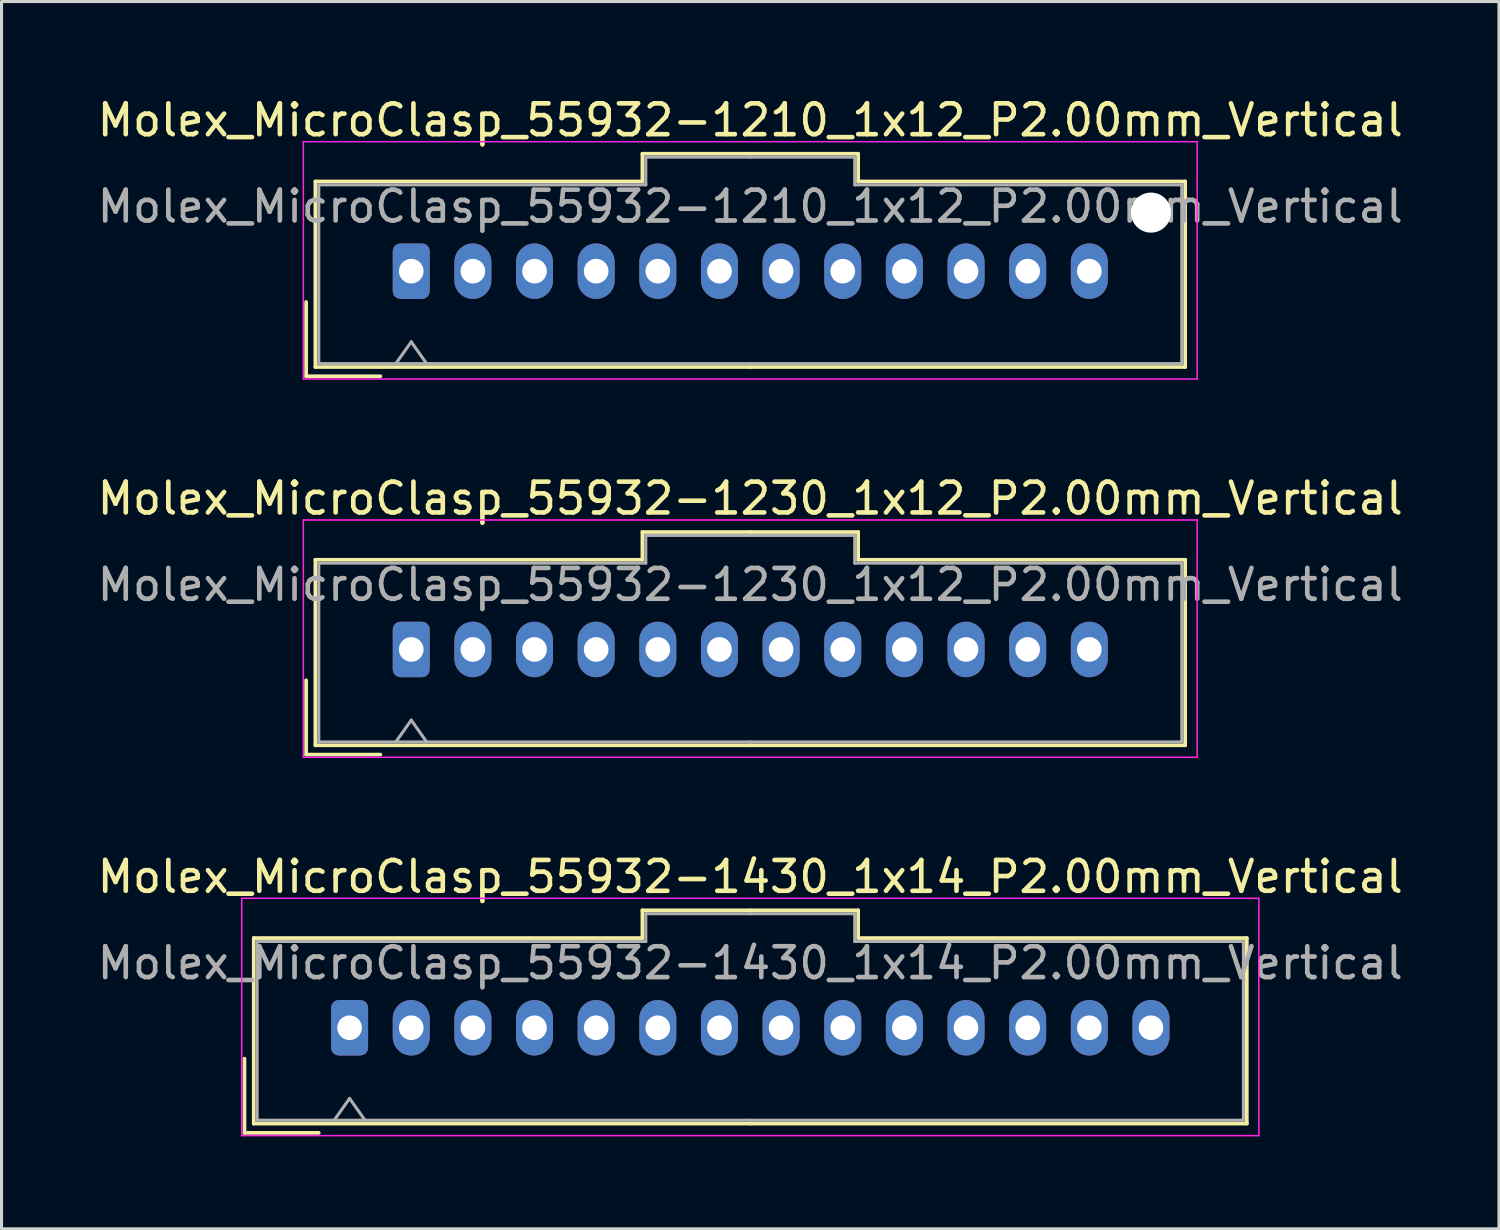
<source format=kicad_pcb>
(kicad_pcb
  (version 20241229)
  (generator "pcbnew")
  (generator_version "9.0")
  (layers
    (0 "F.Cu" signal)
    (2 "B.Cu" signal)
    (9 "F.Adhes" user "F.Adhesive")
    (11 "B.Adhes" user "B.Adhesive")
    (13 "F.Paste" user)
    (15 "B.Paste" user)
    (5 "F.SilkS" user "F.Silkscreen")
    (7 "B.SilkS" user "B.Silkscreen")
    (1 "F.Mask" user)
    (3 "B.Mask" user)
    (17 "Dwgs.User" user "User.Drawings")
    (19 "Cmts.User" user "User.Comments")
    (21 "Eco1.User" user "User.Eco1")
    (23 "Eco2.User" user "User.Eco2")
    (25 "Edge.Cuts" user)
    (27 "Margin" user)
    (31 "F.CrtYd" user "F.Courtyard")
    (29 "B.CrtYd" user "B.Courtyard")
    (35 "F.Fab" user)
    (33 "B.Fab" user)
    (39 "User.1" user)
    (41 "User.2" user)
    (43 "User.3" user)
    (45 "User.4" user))
  (footprint "Molex_MicroClasp_55932-1210_1x12_P2.00mm_Vertical"
    (layer "F.Cu")
    (at 10.292 5.748)
    (property "Reference" "Molex_MicroClasp_55932-1210_1x12_P2.00mm_Vertical" (at 11 -4.9 0) (layer "F.SilkS") (effects (font (size 1 1) (thickness 0.15))))
    (attr through_hole)
    (fp_line (start -3.41 1) (end -3.41 3.41) (stroke (width 0.12) (type solid)) (layer "F.SilkS"))
    (fp_line (start -3.41 3.41) (end -1 3.41) (stroke (width 0.12) (type solid)) (layer "F.SilkS"))
    (fp_line (start -3.11 -2.91) (end -3.11 3.11) (stroke (width 0.12) (type solid)) (layer "F.SilkS"))
    (fp_line (start -3.11 3.11) (end 11 3.11) (stroke (width 0.12) (type solid)) (layer "F.SilkS"))
    (fp_line (start 7.5 -3.81) (end 7.5 -2.91) (stroke (width 0.12) (type solid)) (layer "F.SilkS"))
    (fp_line (start 7.5 -2.91) (end -3.11 -2.91) (stroke (width 0.12) (type solid)) (layer "F.SilkS"))
    (fp_line (start 11 -3.81) (end 7.5 -3.81) (stroke (width 0.12) (type solid)) (layer "F.SilkS"))
    (fp_line (start 11 -3.81) (end 14.5 -3.81) (stroke (width 0.12) (type solid)) (layer "F.SilkS"))
    (fp_line (start 14.5 -3.81) (end 14.5 -2.91) (stroke (width 0.12) (type solid)) (layer "F.SilkS"))
    (fp_line (start 14.5 -2.91) (end 25.11 -2.91) (stroke (width 0.12) (type solid)) (layer "F.SilkS"))
    (fp_line (start 25.11 -2.91) (end 25.11 3.11) (stroke (width 0.12) (type solid)) (layer "F.SilkS"))
    (fp_line (start 25.11 3.11) (end 11 3.11) (stroke (width 0.12) (type solid)) (layer "F.SilkS"))
    (fp_line (start -3.5 -4.2) (end -3.5 3.5) (stroke (width 0.05) (type solid)) (layer "F.CrtYd"))
    (fp_line (start -3.5 3.5) (end 25.5 3.5) (stroke (width 0.05) (type solid)) (layer "F.CrtYd"))
    (fp_line (start 25.5 -4.2) (end -3.5 -4.2) (stroke (width 0.05) (type solid)) (layer "F.CrtYd"))
    (fp_line (start 25.5 3.5) (end 25.5 -4.2) (stroke (width 0.05) (type solid)) (layer "F.CrtYd"))
    (fp_line (start -3 -2.8) (end -3 3) (stroke (width 0.1) (type solid)) (layer "F.Fab"))
    (fp_line (start -3 3) (end 11 3) (stroke (width 0.1) (type solid)) (layer "F.Fab"))
    (fp_line (start -0.5 3) (end 0 2.293) (stroke (width 0.1) (type solid)) (layer "F.Fab"))
    (fp_line (start 0 2.293) (end 0.5 3) (stroke (width 0.1) (type solid)) (layer "F.Fab"))
    (fp_line (start 7.61 -3.7) (end 7.61 -2.8) (stroke (width 0.1) (type solid)) (layer "F.Fab"))
    (fp_line (start 7.61 -2.8) (end -3 -2.8) (stroke (width 0.1) (type solid)) (layer "F.Fab"))
    (fp_line (start 11 -3.7) (end 7.61 -3.7) (stroke (width 0.1) (type solid)) (layer "F.Fab"))
    (fp_line (start 11 -3.7) (end 14.39 -3.7) (stroke (width 0.1) (type solid)) (layer "F.Fab"))
    (fp_line (start 14.39 -3.7) (end 14.39 -2.8) (stroke (width 0.1) (type solid)) (layer "F.Fab"))
    (fp_line (start 14.39 -2.8) (end 25 -2.8) (stroke (width 0.1) (type solid)) (layer "F.Fab"))
    (fp_line (start 25 -2.8) (end 25 3) (stroke (width 0.1) (type solid)) (layer "F.Fab"))
    (fp_line (start 25 3) (end 11 3) (stroke (width 0.1) (type solid)) (layer "F.Fab"))
    (fp_text user "${REFERENCE}" (at 11 -2.1 0) (layer "F.Fab") (effects (font (size 1 1) (thickness 0.15))))
    (pad "" np_thru_hole circle (at 24 -1.9) (size 1.3 1.3) (drill 1.3) (layers "*.Cu" "*.Mask"))
    (pad "1" thru_hole roundrect (at 0 0) (size 1.2 1.8) (drill 0.8) (layers "*.Cu" "*.Mask") (roundrect_rratio 0.208))
    (pad "2" thru_hole oval (at 2 0) (size 1.2 1.8) (drill 0.8) (layers "*.Cu" "*.Mask"))
    (pad "3" thru_hole oval (at 4 0) (size 1.2 1.8) (drill 0.8) (layers "*.Cu" "*.Mask"))
    (pad "4" thru_hole oval (at 6 0) (size 1.2 1.8) (drill 0.8) (layers "*.Cu" "*.Mask"))
    (pad "5" thru_hole oval (at 8 0) (size 1.2 1.8) (drill 0.8) (layers "*.Cu" "*.Mask"))
    (pad "6" thru_hole oval (at 10 0) (size 1.2 1.8) (drill 0.8) (layers "*.Cu" "*.Mask"))
    (pad "7" thru_hole oval (at 12 0) (size 1.2 1.8) (drill 0.8) (layers "*.Cu" "*.Mask"))
    (pad "8" thru_hole oval (at 14 0) (size 1.2 1.8) (drill 0.8) (layers "*.Cu" "*.Mask"))
    (pad "9" thru_hole oval (at 16 0) (size 1.2 1.8) (drill 0.8) (layers "*.Cu" "*.Mask"))
    (pad "10" thru_hole oval (at 18 0) (size 1.2 1.8) (drill 0.8) (layers "*.Cu" "*.Mask"))
    (pad "11" thru_hole oval (at 20 0) (size 1.2 1.8) (drill 0.8) (layers "*.Cu" "*.Mask"))
    (pad "12" thru_hole oval (at 22 0) (size 1.2 1.8) (drill 0.8) (layers "*.Cu" "*.Mask")))
  (footprint "Molex_MicroClasp_55932-1230_1x12_P2.00mm_Vertical"
    (layer "F.Cu")
    (at 10.292 18.021)
    (property "Reference" "Molex_MicroClasp_55932-1230_1x12_P2.00mm_Vertical" (at 11 -4.9 0) (layer "F.SilkS") (effects (font (size 1 1) (thickness 0.15))))
    (attr through_hole)
    (fp_line (start -3.41 1) (end -3.41 3.41) (stroke (width 0.12) (type solid)) (layer "F.SilkS"))
    (fp_line (start -3.41 3.41) (end -1 3.41) (stroke (width 0.12) (type solid)) (layer "F.SilkS"))
    (fp_line (start -3.11 -2.91) (end -3.11 3.11) (stroke (width 0.12) (type solid)) (layer "F.SilkS"))
    (fp_line (start -3.11 3.11) (end 11 3.11) (stroke (width 0.12) (type solid)) (layer "F.SilkS"))
    (fp_line (start 7.5 -3.81) (end 7.5 -2.91) (stroke (width 0.12) (type solid)) (layer "F.SilkS"))
    (fp_line (start 7.5 -2.91) (end -3.11 -2.91) (stroke (width 0.12) (type solid)) (layer "F.SilkS"))
    (fp_line (start 11 -3.81) (end 7.5 -3.81) (stroke (width 0.12) (type solid)) (layer "F.SilkS"))
    (fp_line (start 11 -3.81) (end 14.5 -3.81) (stroke (width 0.12) (type solid)) (layer "F.SilkS"))
    (fp_line (start 14.5 -3.81) (end 14.5 -2.91) (stroke (width 0.12) (type solid)) (layer "F.SilkS"))
    (fp_line (start 14.5 -2.91) (end 25.11 -2.91) (stroke (width 0.12) (type solid)) (layer "F.SilkS"))
    (fp_line (start 25.11 -2.91) (end 25.11 3.11) (stroke (width 0.12) (type solid)) (layer "F.SilkS"))
    (fp_line (start 25.11 3.11) (end 11 3.11) (stroke (width 0.12) (type solid)) (layer "F.SilkS"))
    (fp_line (start -3.5 -4.2) (end -3.5 3.5) (stroke (width 0.05) (type solid)) (layer "F.CrtYd"))
    (fp_line (start -3.5 3.5) (end 25.5 3.5) (stroke (width 0.05) (type solid)) (layer "F.CrtYd"))
    (fp_line (start 25.5 -4.2) (end -3.5 -4.2) (stroke (width 0.05) (type solid)) (layer "F.CrtYd"))
    (fp_line (start 25.5 3.5) (end 25.5 -4.2) (stroke (width 0.05) (type solid)) (layer "F.CrtYd"))
    (fp_line (start -3 -2.8) (end -3 3) (stroke (width 0.1) (type solid)) (layer "F.Fab"))
    (fp_line (start -3 3) (end 11 3) (stroke (width 0.1) (type solid)) (layer "F.Fab"))
    (fp_line (start -0.5 3) (end 0 2.293) (stroke (width 0.1) (type solid)) (layer "F.Fab"))
    (fp_line (start 0 2.293) (end 0.5 3) (stroke (width 0.1) (type solid)) (layer "F.Fab"))
    (fp_line (start 7.61 -3.7) (end 7.61 -2.8) (stroke (width 0.1) (type solid)) (layer "F.Fab"))
    (fp_line (start 7.61 -2.8) (end -3 -2.8) (stroke (width 0.1) (type solid)) (layer "F.Fab"))
    (fp_line (start 11 -3.7) (end 7.61 -3.7) (stroke (width 0.1) (type solid)) (layer "F.Fab"))
    (fp_line (start 11 -3.7) (end 14.39 -3.7) (stroke (width 0.1) (type solid)) (layer "F.Fab"))
    (fp_line (start 14.39 -3.7) (end 14.39 -2.8) (stroke (width 0.1) (type solid)) (layer "F.Fab"))
    (fp_line (start 14.39 -2.8) (end 25 -2.8) (stroke (width 0.1) (type solid)) (layer "F.Fab"))
    (fp_line (start 25 -2.8) (end 25 3) (stroke (width 0.1) (type solid)) (layer "F.Fab"))
    (fp_line (start 25 3) (end 11 3) (stroke (width 0.1) (type solid)) (layer "F.Fab"))
    (fp_text user "${REFERENCE}" (at 11 -2.1 0) (layer "F.Fab") (effects (font (size 1 1) (thickness 0.15))))
    (pad "1" thru_hole roundrect (at 0 0) (size 1.2 1.8) (drill 0.8) (layers "*.Cu" "*.Mask") (roundrect_rratio 0.208))
    (pad "2" thru_hole oval (at 2 0) (size 1.2 1.8) (drill 0.8) (layers "*.Cu" "*.Mask"))
    (pad "3" thru_hole oval (at 4 0) (size 1.2 1.8) (drill 0.8) (layers "*.Cu" "*.Mask"))
    (pad "4" thru_hole oval (at 6 0) (size 1.2 1.8) (drill 0.8) (layers "*.Cu" "*.Mask"))
    (pad "5" thru_hole oval (at 8 0) (size 1.2 1.8) (drill 0.8) (layers "*.Cu" "*.Mask"))
    (pad "6" thru_hole oval (at 10 0) (size 1.2 1.8) (drill 0.8) (layers "*.Cu" "*.Mask"))
    (pad "7" thru_hole oval (at 12 0) (size 1.2 1.8) (drill 0.8) (layers "*.Cu" "*.Mask"))
    (pad "8" thru_hole oval (at 14 0) (size 1.2 1.8) (drill 0.8) (layers "*.Cu" "*.Mask"))
    (pad "9" thru_hole oval (at 16 0) (size 1.2 1.8) (drill 0.8) (layers "*.Cu" "*.Mask"))
    (pad "10" thru_hole oval (at 18 0) (size 1.2 1.8) (drill 0.8) (layers "*.Cu" "*.Mask"))
    (pad "11" thru_hole oval (at 20 0) (size 1.2 1.8) (drill 0.8) (layers "*.Cu" "*.Mask"))
    (pad "12" thru_hole oval (at 22 0) (size 1.2 1.8) (drill 0.8) (layers "*.Cu" "*.Mask")))
  (footprint "Molex_MicroClasp_55932-1430_1x14_P2.00mm_Vertical"
    (layer "F.Cu")
    (at 8.292 30.295)
    (property "Reference" "Molex_MicroClasp_55932-1430_1x14_P2.00mm_Vertical" (at 13 -4.9 0) (layer "F.SilkS") (effects (font (size 1 1) (thickness 0.15))))
    (attr through_hole)
    (fp_line (start -3.41 1) (end -3.41 3.41) (stroke (width 0.12) (type solid)) (layer "F.SilkS"))
    (fp_line (start -3.41 3.41) (end -1 3.41) (stroke (width 0.12) (type solid)) (layer "F.SilkS"))
    (fp_line (start -3.11 -2.91) (end -3.11 3.11) (stroke (width 0.12) (type solid)) (layer "F.SilkS"))
    (fp_line (start -3.11 3.11) (end 13 3.11) (stroke (width 0.12) (type solid)) (layer "F.SilkS"))
    (fp_line (start 9.5 -3.81) (end 9.5 -2.91) (stroke (width 0.12) (type solid)) (layer "F.SilkS"))
    (fp_line (start 9.5 -2.91) (end -3.11 -2.91) (stroke (width 0.12) (type solid)) (layer "F.SilkS"))
    (fp_line (start 13 -3.81) (end 9.5 -3.81) (stroke (width 0.12) (type solid)) (layer "F.SilkS"))
    (fp_line (start 13 -3.81) (end 16.5 -3.81) (stroke (width 0.12) (type solid)) (layer "F.SilkS"))
    (fp_line (start 16.5 -3.81) (end 16.5 -2.91) (stroke (width 0.12) (type solid)) (layer "F.SilkS"))
    (fp_line (start 16.5 -2.91) (end 29.11 -2.91) (stroke (width 0.12) (type solid)) (layer "F.SilkS"))
    (fp_line (start 29.11 -2.91) (end 29.11 3.11) (stroke (width 0.12) (type solid)) (layer "F.SilkS"))
    (fp_line (start 29.11 3.11) (end 13 3.11) (stroke (width 0.12) (type solid)) (layer "F.SilkS"))
    (fp_line (start -3.5 -4.2) (end -3.5 3.5) (stroke (width 0.05) (type solid)) (layer "F.CrtYd"))
    (fp_line (start -3.5 3.5) (end 29.5 3.5) (stroke (width 0.05) (type solid)) (layer "F.CrtYd"))
    (fp_line (start 29.5 -4.2) (end -3.5 -4.2) (stroke (width 0.05) (type solid)) (layer "F.CrtYd"))
    (fp_line (start 29.5 3.5) (end 29.5 -4.2) (stroke (width 0.05) (type solid)) (layer "F.CrtYd"))
    (fp_line (start -3 -2.8) (end -3 3) (stroke (width 0.1) (type solid)) (layer "F.Fab"))
    (fp_line (start -3 3) (end 13 3) (stroke (width 0.1) (type solid)) (layer "F.Fab"))
    (fp_line (start -0.5 3) (end 0 2.293) (stroke (width 0.1) (type solid)) (layer "F.Fab"))
    (fp_line (start 0 2.293) (end 0.5 3) (stroke (width 0.1) (type solid)) (layer "F.Fab"))
    (fp_line (start 9.61 -3.7) (end 9.61 -2.8) (stroke (width 0.1) (type solid)) (layer "F.Fab"))
    (fp_line (start 9.61 -2.8) (end -3 -2.8) (stroke (width 0.1) (type solid)) (layer "F.Fab"))
    (fp_line (start 13 -3.7) (end 9.61 -3.7) (stroke (width 0.1) (type solid)) (layer "F.Fab"))
    (fp_line (start 13 -3.7) (end 16.39 -3.7) (stroke (width 0.1) (type solid)) (layer "F.Fab"))
    (fp_line (start 16.39 -3.7) (end 16.39 -2.8) (stroke (width 0.1) (type solid)) (layer "F.Fab"))
    (fp_line (start 16.39 -2.8) (end 29 -2.8) (stroke (width 0.1) (type solid)) (layer "F.Fab"))
    (fp_line (start 29 -2.8) (end 29 3) (stroke (width 0.1) (type solid)) (layer "F.Fab"))
    (fp_line (start 29 3) (end 13 3) (stroke (width 0.1) (type solid)) (layer "F.Fab"))
    (fp_text user "${REFERENCE}" (at 13 -2.1 0) (layer "F.Fab") (effects (font (size 1 1) (thickness 0.15))))
    (pad "1" thru_hole roundrect (at 0 0) (size 1.2 1.8) (drill 0.8) (layers "*.Cu" "*.Mask") (roundrect_rratio 0.208))
    (pad "2" thru_hole oval (at 2 0) (size 1.2 1.8) (drill 0.8) (layers "*.Cu" "*.Mask"))
    (pad "3" thru_hole oval (at 4 0) (size 1.2 1.8) (drill 0.8) (layers "*.Cu" "*.Mask"))
    (pad "4" thru_hole oval (at 6 0) (size 1.2 1.8) (drill 0.8) (layers "*.Cu" "*.Mask"))
    (pad "5" thru_hole oval (at 8 0) (size 1.2 1.8) (drill 0.8) (layers "*.Cu" "*.Mask"))
    (pad "6" thru_hole oval (at 10 0) (size 1.2 1.8) (drill 0.8) (layers "*.Cu" "*.Mask"))
    (pad "7" thru_hole oval (at 12 0) (size 1.2 1.8) (drill 0.8) (layers "*.Cu" "*.Mask"))
    (pad "8" thru_hole oval (at 14 0) (size 1.2 1.8) (drill 0.8) (layers "*.Cu" "*.Mask"))
    (pad "9" thru_hole oval (at 16 0) (size 1.2 1.8) (drill 0.8) (layers "*.Cu" "*.Mask"))
    (pad "10" thru_hole oval (at 18 0) (size 1.2 1.8) (drill 0.8) (layers "*.Cu" "*.Mask"))
    (pad "11" thru_hole oval (at 20 0) (size 1.2 1.8) (drill 0.8) (layers "*.Cu" "*.Mask"))
    (pad "12" thru_hole oval (at 22 0) (size 1.2 1.8) (drill 0.8) (layers "*.Cu" "*.Mask"))
    (pad "13" thru_hole oval (at 24 0) (size 1.2 1.8) (drill 0.8) (layers "*.Cu" "*.Mask"))
    (pad "14" thru_hole oval (at 26 0) (size 1.2 1.8) (drill 0.8) (layers "*.Cu" "*.Mask")))
  (gr_rect
    (start -3 -3)
    (end 45.583 36.82)
    (stroke (width 0.1) (type default))
    (fill no)
    (layer "Edge.Cuts")))
</source>
